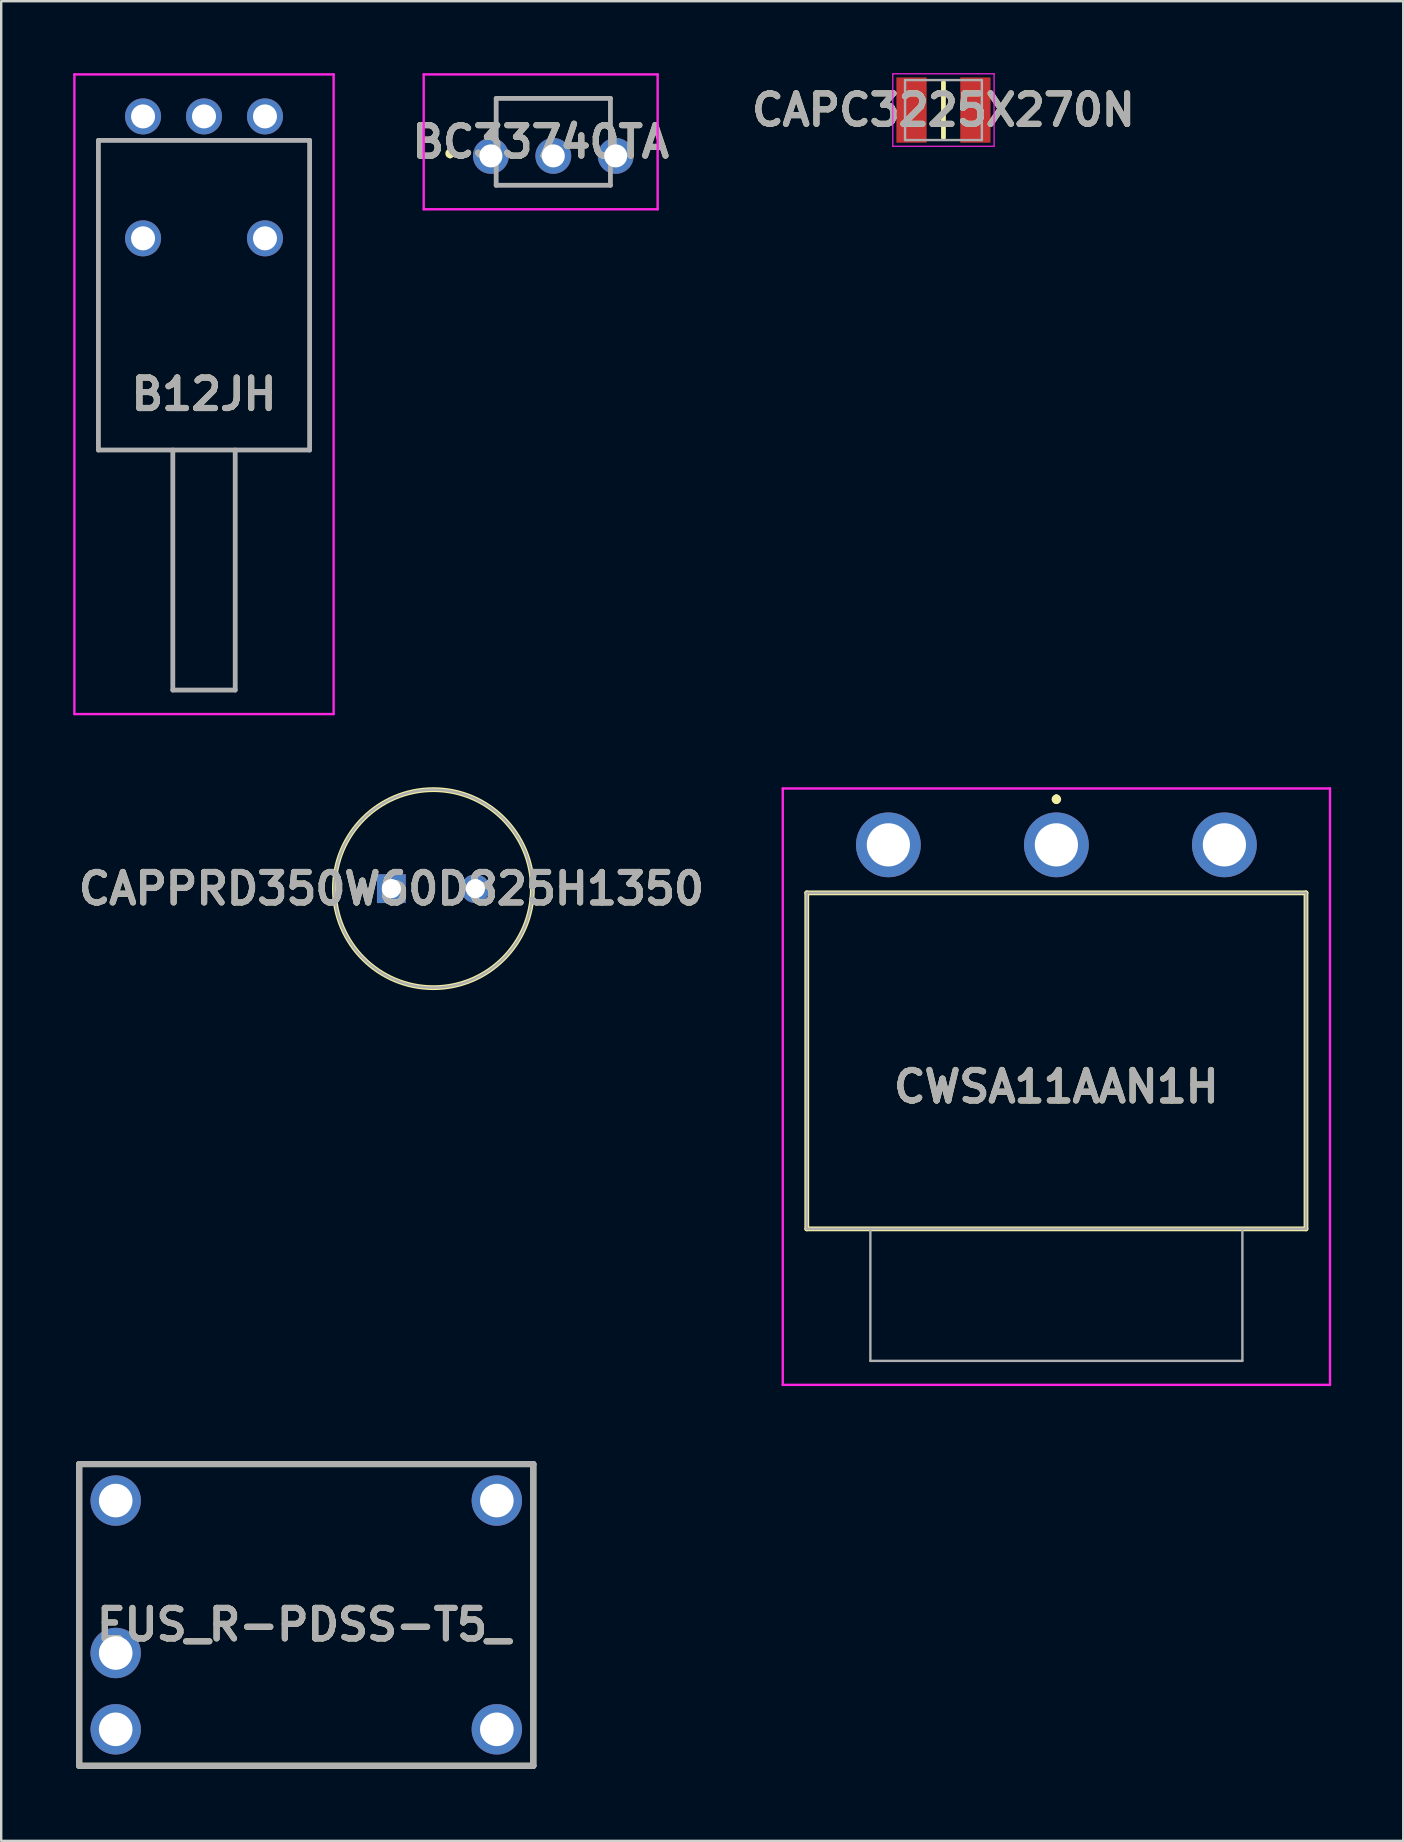
<source format=kicad_pcb>
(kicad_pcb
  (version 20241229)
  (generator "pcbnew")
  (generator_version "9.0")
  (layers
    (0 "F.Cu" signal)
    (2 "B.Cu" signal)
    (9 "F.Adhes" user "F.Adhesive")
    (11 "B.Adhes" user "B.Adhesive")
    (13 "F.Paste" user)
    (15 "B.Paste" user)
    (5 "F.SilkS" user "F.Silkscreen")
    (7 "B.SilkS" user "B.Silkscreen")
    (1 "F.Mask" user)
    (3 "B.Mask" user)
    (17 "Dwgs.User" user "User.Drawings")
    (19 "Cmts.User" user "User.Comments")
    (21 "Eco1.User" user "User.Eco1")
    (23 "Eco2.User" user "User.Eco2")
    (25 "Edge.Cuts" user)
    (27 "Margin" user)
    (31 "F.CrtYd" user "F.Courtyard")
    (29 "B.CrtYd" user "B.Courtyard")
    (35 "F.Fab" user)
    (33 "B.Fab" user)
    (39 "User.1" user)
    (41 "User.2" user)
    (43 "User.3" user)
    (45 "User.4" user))
  (footprint "CAPPRD350W60D825H1350"
    (layer "F.Cu")
    (at 13.256 33.975)
    (property "Reference" "CAPPRD350W60D825H1350" (at 0 0 0) (layer "F.SilkS") (effects (font (size 1.27 1.27) (thickness 0.254))))
    (attr through_hole)
    (fp_circle (center 1.75 0) (end 1.75 4.125) (stroke (width 0.2) (type solid)) (fill no) (layer "F.SilkS"))
    (fp_circle (center 1.75 0) (end 1.75 4.125) (stroke (width 0.1) (type solid)) (fill no) (layer "F.Fab"))
    (fp_text user "${REFERENCE}" (at 0 0 0) (layer "F.Fab") (effects (font (size 1.27 1.27) (thickness 0.254))))
    (pad "1" thru_hole rect (at 0 0) (size 1.2 1.2) (drill 0.8) (layers "*.Cu" "*.Mask"))
    (pad "2" thru_hole circle (at 3.5 0) (size 1.2 1.2) (drill 0.8) (layers "*.Cu" "*.Mask")))
  (footprint "EUS_R-PDSS-T5_"
    (layer "F.Cu")
    (at 0.25 57.95)
    (property "Reference" "EUS_R-PDSS-T5_" (at 9.353 6.688 0) (layer "F.SilkS") (effects (font (size 1.27 1.27) (thickness 0.254))))
    (attr through_hole)
    (fp_line (start 0 0) (end 18.92 0) (stroke (width 0.254) (type solid)) (layer "F.SilkS"))
    (fp_line (start 0 12.57) (end 0 0) (stroke (width 0.254) (type solid)) (layer "F.SilkS"))
    (fp_line (start 18.92 0) (end 18.92 12.57) (stroke (width 0.254) (type solid)) (layer "F.SilkS"))
    (fp_line (start 18.92 12.57) (end 0 12.57) (stroke (width 0.254) (type solid)) (layer "F.SilkS"))
    (fp_line (start 0 0) (end 18.92 0) (stroke (width 0.254) (type solid)) (layer "F.Fab"))
    (fp_line (start 0 12.57) (end 0 0) (stroke (width 0.254) (type solid)) (layer "F.Fab"))
    (fp_line (start 18.92 0) (end 18.92 12.57) (stroke (width 0.254) (type solid)) (layer "F.Fab"))
    (fp_line (start 18.92 12.57) (end 0 12.57) (stroke (width 0.254) (type solid)) (layer "F.Fab"))
    (fp_text user "${REFERENCE}" (at 9.353 6.688 0) (layer "F.Fab") (effects (font (size 1.27 1.27) (thickness 0.254))))
    (pad "1" thru_hole circle (at 1.52 1.52) (size 2.1 2.1) (drill 1.4) (layers "*.Cu" "*.Mask"))
    (pad "2" thru_hole circle (at 1.52 7.87) (size 2.1 2.1) (drill 1.4) (layers "*.Cu" "*.Mask"))
    (pad "3" thru_hole circle (at 1.52 11.05) (size 2.1 2.1) (drill 1.4) (layers "*.Cu" "*.Mask"))
    (pad "4" thru_hole circle (at 17.4 11.05) (size 2.1 2.1) (drill 1.4) (layers "*.Cu" "*.Mask"))
    (pad "5" thru_hole circle (at 17.4 1.52) (size 2.1 2.1) (drill 1.4) (layers "*.Cu" "*.Mask")))
  (footprint "BC33740TA"
    (layer "F.Cu")
    (at 19.103 2.86)
    (property "Reference" "BC33740TA" (at 0.373 0 0) (layer "F.SilkS") (effects (font (size 1.27 1.27) (thickness 0.254))))
    (attr through_hole)
    (fp_line (start -3.4 0.385) (end -3.4 0.385) (stroke (width 0.2) (type solid)) (layer "F.SilkS"))
    (fp_line (start -3.4 0.585) (end -3.4 0.585) (stroke (width 0.2) (type solid)) (layer "F.SilkS"))
    (fp_line (start -1.48 -1.81) (end 3.28 -1.81) (stroke (width 0.1) (type solid)) (layer "F.SilkS"))
    (fp_line (start -1.48 -0.915) (end -1.48 -1.81) (stroke (width 0.1) (type solid)) (layer "F.SilkS"))
    (fp_line (start -1.48 1.81) (end 3.28 1.81) (stroke (width 0.1) (type solid)) (layer "F.SilkS"))
    (fp_line (start 3.28 -1.81) (end 3.28 -0.915) (stroke (width 0.1) (type solid)) (layer "F.SilkS"))
    (fp_arc (start -3.4 0.385) (mid -3.3 0.485) (end -3.4 0.585) (stroke (width 0.2) (type solid)) (layer "F.SilkS"))
    (fp_arc (start -3.4 0.585) (mid -3.5 0.485) (end -3.4 0.385) (stroke (width 0.2) (type solid)) (layer "F.SilkS"))
    (fp_line (start -4.5 -2.81) (end 5.247 -2.81) (stroke (width 0.1) (type solid)) (layer "F.CrtYd"))
    (fp_line (start -4.5 2.81) (end -4.5 -2.81) (stroke (width 0.1) (type solid)) (layer "F.CrtYd"))
    (fp_line (start 5.247 -2.81) (end 5.247 2.81) (stroke (width 0.1) (type solid)) (layer "F.CrtYd"))
    (fp_line (start 5.247 2.81) (end -4.5 2.81) (stroke (width 0.1) (type solid)) (layer "F.CrtYd"))
    (fp_line (start -1.48 -1.81) (end 3.28 -1.81) (stroke (width 0.2) (type solid)) (layer "F.Fab"))
    (fp_line (start -1.48 1.81) (end -1.48 -1.81) (stroke (width 0.2) (type solid)) (layer "F.Fab"))
    (fp_line (start 3.28 -1.81) (end 3.28 1.81) (stroke (width 0.2) (type solid)) (layer "F.Fab"))
    (fp_line (start 3.28 1.81) (end -1.48 1.81) (stroke (width 0.2) (type solid)) (layer "F.Fab"))
    (fp_text user "${REFERENCE}" (at 0.373 0 0) (layer "F.Fab") (effects (font (size 1.27 1.27) (thickness 0.254))))
    (pad "1" thru_hole circle (at -1.7 0.585) (size 1.493 1.493) (drill 0.96) (layers "*.Cu" "*.Mask"))
    (pad "2" thru_hole circle (at 0.9 0.585) (size 1.493 1.493) (drill 0.96) (layers "*.Cu" "*.Mask"))
    (pad "3" thru_hole circle (at 3.5 0.585) (size 1.493 1.493) (drill 0.96) (layers "*.Cu" "*.Mask")))
  (footprint "CAPC3225X270N"
    (layer "F.Cu")
    (at 36.258 1.535)
    (property "Reference" "CAPC3225X270N" (at 0 0 0) (layer "F.SilkS") (effects (font (size 1.27 1.27) (thickness 0.254))))
    (attr smd)
    (fp_line (start 0 -1.15) (end 0 1.15) (stroke (width 0.2) (type solid)) (layer "F.SilkS"))
    (fp_line (start -2.11 -1.51) (end 2.11 -1.51) (stroke (width 0.05) (type solid)) (layer "F.CrtYd"))
    (fp_line (start -2.11 1.51) (end -2.11 -1.51) (stroke (width 0.05) (type solid)) (layer "F.CrtYd"))
    (fp_line (start 2.11 -1.51) (end 2.11 1.51) (stroke (width 0.05) (type solid)) (layer "F.CrtYd"))
    (fp_line (start 2.11 1.51) (end -2.11 1.51) (stroke (width 0.05) (type solid)) (layer "F.CrtYd"))
    (fp_line (start -1.6 -1.25) (end 1.6 -1.25) (stroke (width 0.1) (type solid)) (layer "F.Fab"))
    (fp_line (start -1.6 1.25) (end -1.6 -1.25) (stroke (width 0.1) (type solid)) (layer "F.Fab"))
    (fp_line (start 1.6 -1.25) (end 1.6 1.25) (stroke (width 0.1) (type solid)) (layer "F.Fab"))
    (fp_line (start 1.6 1.25) (end -1.6 1.25) (stroke (width 0.1) (type solid)) (layer "F.Fab"))
    (fp_text user "${REFERENCE}" (at 0 0 0) (layer "F.Fab") (effects (font (size 1.27 1.27) (thickness 0.254))))
    (pad "1" smd rect (at -1.33 0) (size 1.26 2.72) (layers "F.Cu" "F.Mask" "F.Paste"))
    (pad "2" smd rect (at 1.33 0) (size 1.26 2.72) (layers "F.Cu" "F.Mask" "F.Paste")))
  (footprint "CWSA11AAN1H"
    (layer "F.Cu")
    (at 40.963 32.15)
    (property "Reference" "CWSA11AAN1H" (at 0 10.075 0) (layer "F.SilkS") (effects (font (size 1.27 1.27) (thickness 0.254))))
    (attr through_hole)
    (fp_line (start -10.4 2) (end 10.4 2) (stroke (width 0.2) (type solid)) (layer "F.SilkS"))
    (fp_line (start -10.4 16) (end -10.4 2) (stroke (width 0.2) (type solid)) (layer "F.SilkS"))
    (fp_line (start 0 -2) (end 0 -2) (stroke (width 0.2) (type solid)) (layer "F.SilkS"))
    (fp_line (start 0 -1.8) (end 0 -1.8) (stroke (width 0.2) (type solid)) (layer "F.SilkS"))
    (fp_line (start 10.4 2) (end 10.4 16) (stroke (width 0.2) (type solid)) (layer "F.SilkS"))
    (fp_line (start 10.4 16) (end -10.4 16) (stroke (width 0.2) (type solid)) (layer "F.SilkS"))
    (fp_arc (start 0 -2) (mid 0.1 -1.9) (end 0 -1.8) (stroke (width 0.2) (type solid)) (layer "F.SilkS"))
    (fp_arc (start 0 -1.8) (mid -0.1 -1.9) (end 0 -2) (stroke (width 0.2) (type solid)) (layer "F.SilkS"))
    (fp_line (start -11.4 -2.35) (end 11.4 -2.35) (stroke (width 0.1) (type solid)) (layer "F.CrtYd"))
    (fp_line (start -11.4 22.5) (end -11.4 -2.35) (stroke (width 0.1) (type solid)) (layer "F.CrtYd"))
    (fp_line (start 11.4 -2.35) (end 11.4 22.5) (stroke (width 0.1) (type solid)) (layer "F.CrtYd"))
    (fp_line (start 11.4 22.5) (end -11.4 22.5) (stroke (width 0.1) (type solid)) (layer "F.CrtYd"))
    (fp_line (start -10.4 2) (end 10.4 2) (stroke (width 0.1) (type solid)) (layer "F.Fab"))
    (fp_line (start -10.4 16) (end -10.4 2) (stroke (width 0.1) (type solid)) (layer "F.Fab"))
    (fp_line (start -7.75 16) (end -7.75 21.5) (stroke (width 0.1) (type solid)) (layer "F.Fab"))
    (fp_line (start -7.75 21.5) (end 7.75 21.5) (stroke (width 0.1) (type solid)) (layer "F.Fab"))
    (fp_line (start 7.75 21.5) (end 7.75 16) (stroke (width 0.1) (type solid)) (layer "F.Fab"))
    (fp_line (start 10.4 2) (end 10.4 16) (stroke (width 0.1) (type solid)) (layer "F.Fab"))
    (fp_line (start 10.4 16) (end -10.4 16) (stroke (width 0.1) (type solid)) (layer "F.Fab"))
    (fp_text user "${REFERENCE}" (at 0 10.075 0) (layer "F.Fab") (effects (font (size 1.27 1.27) (thickness 0.254))))
    (pad "1" thru_hole circle (at 0 0) (size 2.7 2.7) (drill 1.8) (layers "*.Cu" "*.Mask"))
    (pad "A1" thru_hole circle (at 7 0) (size 2.7 2.7) (drill 1.8) (layers "*.Cu" "*.Mask"))
    (pad "B1" thru_hole circle (at -7 0) (size 2.7 2.7) (drill 1.8) (layers "*.Cu" "*.Mask")))
  (footprint "B12JH"
    (layer "F.Cu")
    (at 2.91 1.8)
    (property "Reference" "B12JH" (at 2.54 11.575 0) (layer "F.SilkS") (effects (font (size 1.27 1.27) (thickness 0.254))))
    (attr through_hole)
    (fp_line (start -1.86 1) (end 6.94 1) (stroke (width 0.1) (type solid)) (layer "F.SilkS"))
    (fp_line (start -1.86 13.9) (end -1.86 1) (stroke (width 0.1) (type solid)) (layer "F.SilkS"))
    (fp_line (start 6.94 1) (end 6.94 13.9) (stroke (width 0.1) (type solid)) (layer "F.SilkS"))
    (fp_line (start 6.94 13.9) (end -1.86 13.9) (stroke (width 0.1) (type solid)) (layer "F.SilkS"))
    (fp_line (start -2.86 -1.75) (end 7.94 -1.75) (stroke (width 0.1) (type solid)) (layer "F.CrtYd"))
    (fp_line (start -2.86 24.9) (end -2.86 -1.75) (stroke (width 0.1) (type solid)) (layer "F.CrtYd"))
    (fp_line (start 7.94 -1.75) (end 7.94 24.9) (stroke (width 0.1) (type solid)) (layer "F.CrtYd"))
    (fp_line (start 7.94 24.9) (end -2.86 24.9) (stroke (width 0.1) (type solid)) (layer "F.CrtYd"))
    (fp_line (start -1.86 1) (end 6.94 1) (stroke (width 0.2) (type solid)) (layer "F.Fab"))
    (fp_line (start -1.86 13.9) (end -1.86 1) (stroke (width 0.2) (type solid)) (layer "F.Fab"))
    (fp_line (start 1.24 13.9) (end 1.24 23.9) (stroke (width 0.2) (type solid)) (layer "F.Fab"))
    (fp_line (start 1.24 23.9) (end 3.84 23.9) (stroke (width 0.2) (type solid)) (layer "F.Fab"))
    (fp_line (start 3.84 23.9) (end 3.84 13.9) (stroke (width 0.2) (type solid)) (layer "F.Fab"))
    (fp_line (start 6.94 1) (end 6.94 13.9) (stroke (width 0.2) (type solid)) (layer "F.Fab"))
    (fp_line (start 6.94 13.9) (end -1.86 13.9) (stroke (width 0.2) (type solid)) (layer "F.Fab"))
    (fp_text user "${REFERENCE}" (at 2.54 11.575 0) (layer "F.Fab") (effects (font (size 1.27 1.27) (thickness 0.254))))
    (pad "1" thru_hole circle (at 0 0) (size 1.5 1.5) (drill 1) (layers "*.Cu" "*.Mask"))
    (pad "2" thru_hole circle (at 2.54 0) (size 1.5 1.5) (drill 1) (layers "*.Cu" "*.Mask"))
    (pad "3" thru_hole circle (at 5.08 0) (size 1.5 1.5) (drill 1) (layers "*.Cu" "*.Mask"))
    (pad "4" thru_hole circle (at 0 5.08) (size 1.5 1.5) (drill 1) (layers "*.Cu" "*.Mask"))
    (pad "5" thru_hole circle (at 5.08 5.08) (size 1.5 1.5) (drill 1) (layers "*.Cu" "*.Mask")))
  (gr_rect
    (start -3 -3)
    (end 55.413 73.647)
    (stroke (width 0.1) (type default))
    (fill no)
    (layer "Edge.Cuts")))
</source>
